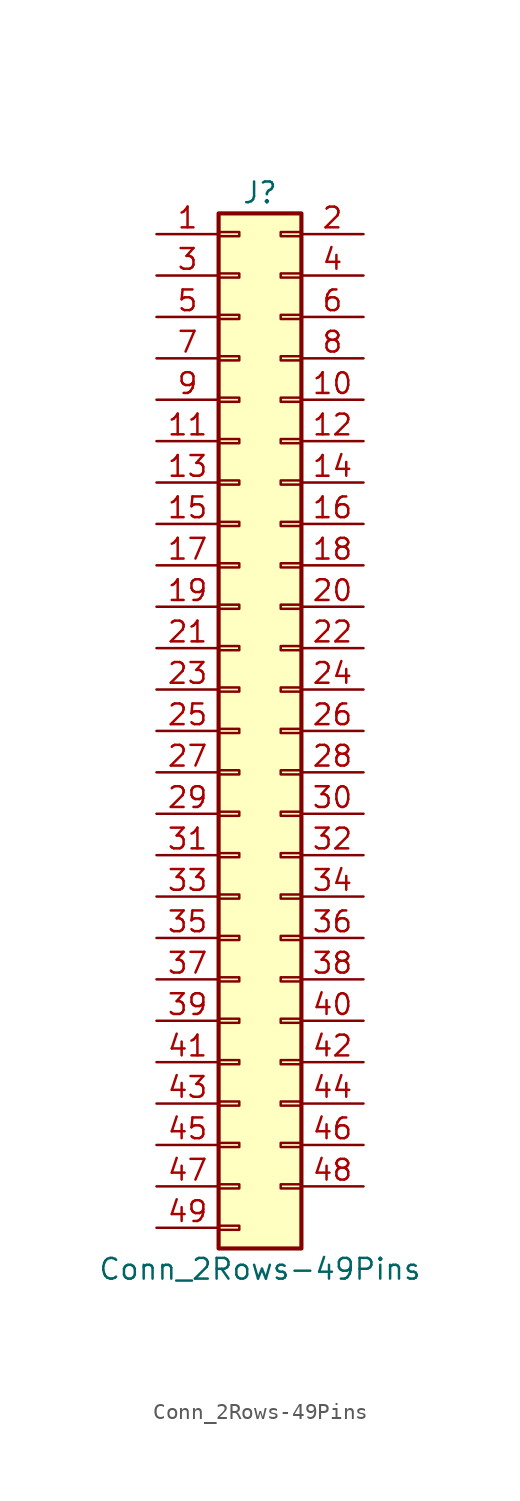
<source format=kicad_sym>
(kicad_symbol_lib
  (version 20201005)
  (generator kicad_symbol_editor)
  (symbol "Conn_2Rows-49Pins"
    (pin_names
      (offset 1.016) hide)
    (property "Reference" "J"
      (at 1.27 33.02 0)
      (effects (font (size 1.27 1.27))))
    (property "Value" "Conn_2Rows-49Pins"
      (at 1.27 -33.02 0)
      (effects (font (size 1.27 1.27))))
    (symbol "Conn_2Rows-49Pins_1_1"
      (rectangle (start -1.27 -30.353) (end 0 -30.607) (stroke (width 0.152)) (fill (type none)))
      (rectangle (start -1.27 -27.813) (end 0 -28.067) (stroke (width 0.152)) (fill (type none)))
      (rectangle (start -1.27 -25.273) (end 0 -25.527) (stroke (width 0.152)) (fill (type none)))
      (rectangle (start -1.27 -22.733) (end 0 -22.987) (stroke (width 0.152)) (fill (type none)))
      (rectangle (start -1.27 -20.193) (end 0 -20.447) (stroke (width 0.152)) (fill (type none)))
      (rectangle (start -1.27 -17.653) (end 0 -17.907) (stroke (width 0.152)) (fill (type none)))
      (rectangle (start -1.27 -15.113) (end 0 -15.367) (stroke (width 0.152)) (fill (type none)))
      (rectangle (start -1.27 -12.573) (end 0 -12.827) (stroke (width 0.152)) (fill (type none)))
      (rectangle (start -1.27 -10.033) (end 0 -10.287) (stroke (width 0.152)) (fill (type none)))
      (rectangle (start -1.27 -7.493) (end 0 -7.747) (stroke (width 0.152)) (fill (type none)))
      (rectangle (start -1.27 -4.953) (end 0 -5.207) (stroke (width 0.152)) (fill (type none)))
      (rectangle (start -1.27 -2.413) (end 0 -2.667) (stroke (width 0.152)) (fill (type none)))
      (rectangle (start -1.27 0.127) (end 0 -0.127) (stroke (width 0.152)) (fill (type none)))
      (rectangle (start -1.27 2.667) (end 0 2.413) (stroke (width 0.152)) (fill (type none)))
      (rectangle (start -1.27 5.207) (end 0 4.953) (stroke (width 0.152)) (fill (type none)))
      (rectangle (start -1.27 7.747) (end 0 7.493) (stroke (width 0.152)) (fill (type none)))
      (rectangle (start -1.27 10.287) (end 0 10.033) (stroke (width 0.152)) (fill (type none)))
      (rectangle (start -1.27 12.827) (end 0 12.573) (stroke (width 0.152)) (fill (type none)))
      (rectangle (start -1.27 15.367) (end 0 15.113) (stroke (width 0.152)) (fill (type none)))
      (rectangle (start -1.27 17.907) (end 0 17.653) (stroke (width 0.152)) (fill (type none)))
      (rectangle (start -1.27 20.447) (end 0 20.193) (stroke (width 0.152)) (fill (type none)))
      (rectangle (start -1.27 22.987) (end 0 22.733) (stroke (width 0.152)) (fill (type none)))
      (rectangle (start -1.27 25.527) (end 0 25.273) (stroke (width 0.152)) (fill (type none)))
      (rectangle (start -1.27 28.067) (end 0 27.813) (stroke (width 0.152)) (fill (type none)))
      (rectangle (start -1.27 30.607) (end 0 30.353) (stroke (width 0.152)) (fill (type none)))
      (rectangle (start 3.81 -27.813) (end 2.54 -28.067) (stroke (width 0.152)) (fill (type none)))
      (rectangle (start 3.81 -25.273) (end 2.54 -25.527) (stroke (width 0.152)) (fill (type none)))
      (rectangle (start 3.81 -22.733) (end 2.54 -22.987) (stroke (width 0.152)) (fill (type none)))
      (rectangle (start 3.81 -20.193) (end 2.54 -20.447) (stroke (width 0.152)) (fill (type none)))
      (rectangle (start 3.81 -17.653) (end 2.54 -17.907) (stroke (width 0.152)) (fill (type none)))
      (rectangle (start 3.81 -15.113) (end 2.54 -15.367) (stroke (width 0.152)) (fill (type none)))
      (rectangle (start 3.81 -12.573) (end 2.54 -12.827) (stroke (width 0.152)) (fill (type none)))
      (rectangle (start 3.81 -10.033) (end 2.54 -10.287) (stroke (width 0.152)) (fill (type none)))
      (rectangle (start 3.81 -7.493) (end 2.54 -7.747) (stroke (width 0.152)) (fill (type none)))
      (rectangle (start 3.81 -4.953) (end 2.54 -5.207) (stroke (width 0.152)) (fill (type none)))
      (rectangle (start 3.81 -2.413) (end 2.54 -2.667) (stroke (width 0.152)) (fill (type none)))
      (rectangle (start 3.81 0.127) (end 2.54 -0.127) (stroke (width 0.152)) (fill (type none)))
      (rectangle (start 3.81 2.667) (end 2.54 2.413) (stroke (width 0.152)) (fill (type none)))
      (rectangle (start 3.81 5.207) (end 2.54 4.953) (stroke (width 0.152)) (fill (type none)))
      (rectangle (start 3.81 7.747) (end 2.54 7.493) (stroke (width 0.152)) (fill (type none)))
      (rectangle (start 3.81 10.287) (end 2.54 10.033) (stroke (width 0.152)) (fill (type none)))
      (rectangle (start 3.81 12.827) (end 2.54 12.573) (stroke (width 0.152)) (fill (type none)))
      (rectangle (start 3.81 15.367) (end 2.54 15.113) (stroke (width 0.152)) (fill (type none)))
      (rectangle (start 3.81 17.907) (end 2.54 17.653) (stroke (width 0.152)) (fill (type none)))
      (rectangle (start 3.81 20.447) (end 2.54 20.193) (stroke (width 0.152)) (fill (type none)))
      (rectangle (start 3.81 22.987) (end 2.54 22.733) (stroke (width 0.152)) (fill (type none)))
      (rectangle (start 3.81 25.527) (end 2.54 25.273) (stroke (width 0.152)) (fill (type none)))
      (rectangle (start 3.81 28.067) (end 2.54 27.813) (stroke (width 0.152)) (fill (type none)))
      (rectangle (start 3.81 30.607) (end 2.54 30.353) (stroke (width 0.152)) (fill (type none)))
      (rectangle (start -1.27 31.75) (end 3.81 -31.75) (stroke (width 0.254)) (fill (type background)))
      (pin passive line (at -5.08 30.48 0) (length 3.81) (name "Pin_1" (effects (font (size 1.27 1.27)))) (number "1" (effects (font (size 1.27 1.27)))))
      (pin passive line (at 7.62 20.32 180) (length 3.81) (name "Pin_10" (effects (font (size 1.27 1.27)))) (number "10" (effects (font (size 1.27 1.27)))))
      (pin passive line (at -5.08 17.78 0) (length 3.81) (name "Pin_11" (effects (font (size 1.27 1.27)))) (number "11" (effects (font (size 1.27 1.27)))))
      (pin passive line (at 7.62 17.78 180) (length 3.81) (name "Pin_12" (effects (font (size 1.27 1.27)))) (number "12" (effects (font (size 1.27 1.27)))))
      (pin passive line (at -5.08 15.24 0) (length 3.81) (name "Pin_13" (effects (font (size 1.27 1.27)))) (number "13" (effects (font (size 1.27 1.27)))))
      (pin passive line (at 7.62 15.24 180) (length 3.81) (name "Pin_14" (effects (font (size 1.27 1.27)))) (number "14" (effects (font (size 1.27 1.27)))))
      (pin passive line (at -5.08 12.7 0) (length 3.81) (name "Pin_15" (effects (font (size 1.27 1.27)))) (number "15" (effects (font (size 1.27 1.27)))))
      (pin passive line (at 7.62 12.7 180) (length 3.81) (name "Pin_16" (effects (font (size 1.27 1.27)))) (number "16" (effects (font (size 1.27 1.27)))))
      (pin passive line (at -5.08 10.16 0) (length 3.81) (name "Pin_17" (effects (font (size 1.27 1.27)))) (number "17" (effects (font (size 1.27 1.27)))))
      (pin passive line (at 7.62 10.16 180) (length 3.81) (name "Pin_18" (effects (font (size 1.27 1.27)))) (number "18" (effects (font (size 1.27 1.27)))))
      (pin passive line (at -5.08 7.62 0) (length 3.81) (name "Pin_19" (effects (font (size 1.27 1.27)))) (number "19" (effects (font (size 1.27 1.27)))))
      (pin passive line (at 7.62 30.48 180) (length 3.81) (name "Pin_2" (effects (font (size 1.27 1.27)))) (number "2" (effects (font (size 1.27 1.27)))))
      (pin passive line (at 7.62 7.62 180) (length 3.81) (name "Pin_20" (effects (font (size 1.27 1.27)))) (number "20" (effects (font (size 1.27 1.27)))))
      (pin passive line (at -5.08 5.08 0) (length 3.81) (name "Pin_21" (effects (font (size 1.27 1.27)))) (number "21" (effects (font (size 1.27 1.27)))))
      (pin passive line (at 7.62 5.08 180) (length 3.81) (name "Pin_22" (effects (font (size 1.27 1.27)))) (number "22" (effects (font (size 1.27 1.27)))))
      (pin passive line (at -5.08 2.54 0) (length 3.81) (name "Pin_23" (effects (font (size 1.27 1.27)))) (number "23" (effects (font (size 1.27 1.27)))))
      (pin passive line (at 7.62 2.54 180) (length 3.81) (name "Pin_24" (effects (font (size 1.27 1.27)))) (number "24" (effects (font (size 1.27 1.27)))))
      (pin passive line (at -5.08 0 0) (length 3.81) (name "Pin_25" (effects (font (size 1.27 1.27)))) (number "25" (effects (font (size 1.27 1.27)))))
      (pin passive line (at 7.62 0 180) (length 3.81) (name "Pin_26" (effects (font (size 1.27 1.27)))) (number "26" (effects (font (size 1.27 1.27)))))
      (pin passive line (at -5.08 -2.54 0) (length 3.81) (name "Pin_27" (effects (font (size 1.27 1.27)))) (number "27" (effects (font (size 1.27 1.27)))))
      (pin passive line (at 7.62 -2.54 180) (length 3.81) (name "Pin_28" (effects (font (size 1.27 1.27)))) (number "28" (effects (font (size 1.27 1.27)))))
      (pin passive line (at -5.08 -5.08 0) (length 3.81) (name "Pin_29" (effects (font (size 1.27 1.27)))) (number "29" (effects (font (size 1.27 1.27)))))
      (pin passive line (at -5.08 27.94 0) (length 3.81) (name "Pin_3" (effects (font (size 1.27 1.27)))) (number "3" (effects (font (size 1.27 1.27)))))
      (pin passive line (at 7.62 -5.08 180) (length 3.81) (name "Pin_30" (effects (font (size 1.27 1.27)))) (number "30" (effects (font (size 1.27 1.27)))))
      (pin passive line (at -5.08 -7.62 0) (length 3.81) (name "Pin_31" (effects (font (size 1.27 1.27)))) (number "31" (effects (font (size 1.27 1.27)))))
      (pin passive line (at 7.62 -7.62 180) (length 3.81) (name "Pin_32" (effects (font (size 1.27 1.27)))) (number "32" (effects (font (size 1.27 1.27)))))
      (pin passive line (at -5.08 -10.16 0) (length 3.81) (name "Pin_33" (effects (font (size 1.27 1.27)))) (number "33" (effects (font (size 1.27 1.27)))))
      (pin passive line (at 7.62 -10.16 180) (length 3.81) (name "Pin_34" (effects (font (size 1.27 1.27)))) (number "34" (effects (font (size 1.27 1.27)))))
      (pin passive line (at -5.08 -12.7 0) (length 3.81) (name "Pin_35" (effects (font (size 1.27 1.27)))) (number "35" (effects (font (size 1.27 1.27)))))
      (pin passive line (at 7.62 -12.7 180) (length 3.81) (name "Pin_36" (effects (font (size 1.27 1.27)))) (number "36" (effects (font (size 1.27 1.27)))))
      (pin passive line (at -5.08 -15.24 0) (length 3.81) (name "Pin_37" (effects (font (size 1.27 1.27)))) (number "37" (effects (font (size 1.27 1.27)))))
      (pin passive line (at 7.62 -15.24 180) (length 3.81) (name "Pin_38" (effects (font (size 1.27 1.27)))) (number "38" (effects (font (size 1.27 1.27)))))
      (pin passive line (at -5.08 -17.78 0) (length 3.81) (name "Pin_39" (effects (font (size 1.27 1.27)))) (number "39" (effects (font (size 1.27 1.27)))))
      (pin passive line (at 7.62 27.94 180) (length 3.81) (name "Pin_4" (effects (font (size 1.27 1.27)))) (number "4" (effects (font (size 1.27 1.27)))))
      (pin passive line (at 7.62 -17.78 180) (length 3.81) (name "Pin_40" (effects (font (size 1.27 1.27)))) (number "40" (effects (font (size 1.27 1.27)))))
      (pin passive line (at -5.08 -20.32 0) (length 3.81) (name "Pin_41" (effects (font (size 1.27 1.27)))) (number "41" (effects (font (size 1.27 1.27)))))
      (pin passive line (at 7.62 -20.32 180) (length 3.81) (name "Pin_42" (effects (font (size 1.27 1.27)))) (number "42" (effects (font (size 1.27 1.27)))))
      (pin passive line (at -5.08 -22.86 0) (length 3.81) (name "Pin_43" (effects (font (size 1.27 1.27)))) (number "43" (effects (font (size 1.27 1.27)))))
      (pin passive line (at 7.62 -22.86 180) (length 3.81) (name "Pin_44" (effects (font (size 1.27 1.27)))) (number "44" (effects (font (size 1.27 1.27)))))
      (pin passive line (at -5.08 -25.4 0) (length 3.81) (name "Pin_45" (effects (font (size 1.27 1.27)))) (number "45" (effects (font (size 1.27 1.27)))))
      (pin passive line (at 7.62 -25.4 180) (length 3.81) (name "Pin_46" (effects (font (size 1.27 1.27)))) (number "46" (effects (font (size 1.27 1.27)))))
      (pin passive line (at -5.08 -27.94 0) (length 3.81) (name "Pin_47" (effects (font (size 1.27 1.27)))) (number "47" (effects (font (size 1.27 1.27)))))
      (pin passive line (at 7.62 -27.94 180) (length 3.81) (name "Pin_48" (effects (font (size 1.27 1.27)))) (number "48" (effects (font (size 1.27 1.27)))))
      (pin passive line (at -5.08 -30.48 0) (length 3.81) (name "Pin_49" (effects (font (size 1.27 1.27)))) (number "49" (effects (font (size 1.27 1.27)))))
      (pin passive line (at -5.08 25.4 0) (length 3.81) (name "Pin_5" (effects (font (size 1.27 1.27)))) (number "5" (effects (font (size 1.27 1.27)))))
      (pin passive line (at 7.62 25.4 180) (length 3.81) (name "Pin_6" (effects (font (size 1.27 1.27)))) (number "6" (effects (font (size 1.27 1.27)))))
      (pin passive line (at -5.08 22.86 0) (length 3.81) (name "Pin_7" (effects (font (size 1.27 1.27)))) (number "7" (effects (font (size 1.27 1.27)))))
      (pin passive line (at 7.62 22.86 180) (length 3.81) (name "Pin_8" (effects (font (size 1.27 1.27)))) (number "8" (effects (font (size 1.27 1.27)))))
      (pin passive line (at -5.08 20.32 0) (length 3.81) (name "Pin_9" (effects (font (size 1.27 1.27)))) (number "9" (effects (font (size 1.27 1.27))))))))
</source>
